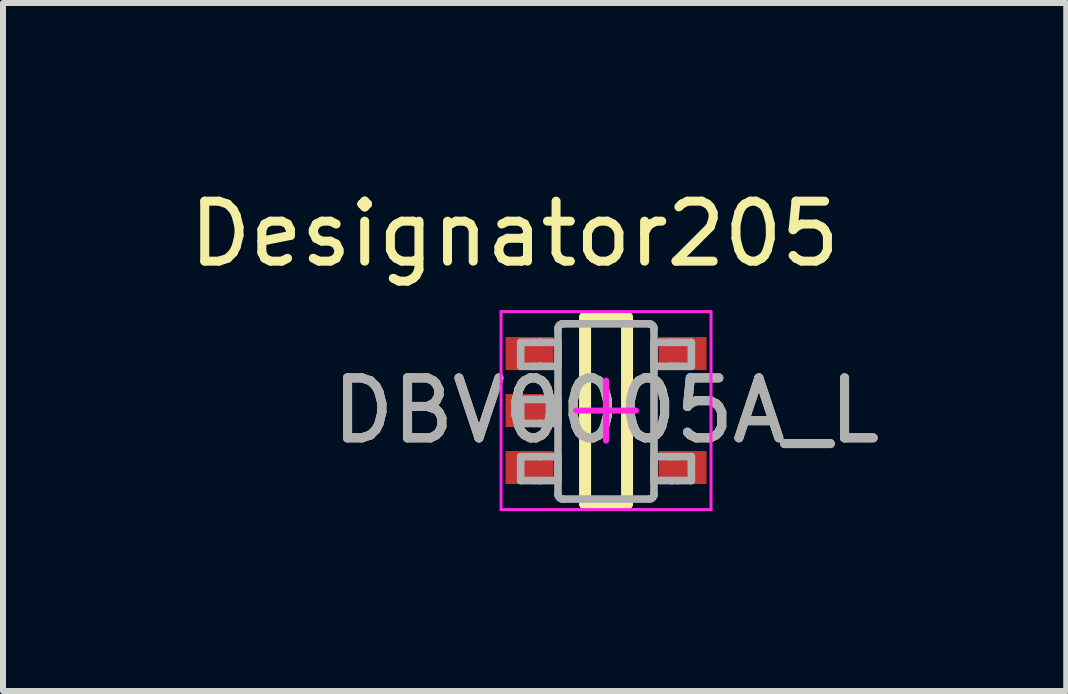
<source format=kicad_pcb>
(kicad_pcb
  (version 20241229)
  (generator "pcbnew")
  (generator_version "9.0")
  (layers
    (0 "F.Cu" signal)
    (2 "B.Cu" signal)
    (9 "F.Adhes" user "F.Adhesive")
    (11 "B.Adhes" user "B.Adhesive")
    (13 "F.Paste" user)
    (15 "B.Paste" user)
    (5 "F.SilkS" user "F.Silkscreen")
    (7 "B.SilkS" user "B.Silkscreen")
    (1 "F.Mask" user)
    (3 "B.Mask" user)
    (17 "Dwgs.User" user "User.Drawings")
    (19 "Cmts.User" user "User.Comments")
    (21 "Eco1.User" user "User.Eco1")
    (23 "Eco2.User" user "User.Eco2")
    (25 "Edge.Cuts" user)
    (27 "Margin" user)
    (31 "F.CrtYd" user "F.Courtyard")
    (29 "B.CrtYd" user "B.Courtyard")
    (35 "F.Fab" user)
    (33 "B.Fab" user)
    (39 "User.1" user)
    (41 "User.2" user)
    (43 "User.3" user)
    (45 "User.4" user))
  (footprint "DBV0005A_L"
    (layer "F.Cu")
    (at 7.054 3.795)
    (property "Reference" "DBV0005A_L" (at 0 0 0) (unlocked yes) (layer "F.SilkS") (effects (font (size 1 1) (thickness 0.15))))
    (attr smd)
    (fp_line (start -0.35 -1.55) (end 0.35 -1.55) (stroke (width 0.2) (type solid)) (layer "F.SilkS"))
    (fp_line (start -0.35 1.55) (end -0.35 -1.55) (stroke (width 0.2) (type solid)) (layer "F.SilkS"))
    (fp_line (start -0.35 1.55) (end 0.35 1.55) (stroke (width 0.2) (type solid)) (layer "F.SilkS"))
    (fp_line (start 0.35 1.55) (end 0.35 -1.55) (stroke (width 0.2) (type solid)) (layer "F.SilkS"))
    (fp_line (start -1.75 -1.65) (end 1.75 -1.65) (stroke (width 0.05) (type solid)) (layer "F.CrtYd"))
    (fp_line (start -1.75 1.65) (end -1.75 -1.65) (stroke (width 0.05) (type solid)) (layer "F.CrtYd"))
    (fp_line (start -1.75 1.65) (end 1.75 1.65) (stroke (width 0.05) (type solid)) (layer "F.CrtYd"))
    (fp_line (start -0.5 0) (end 0.5 0) (stroke (width 0.1) (type solid)) (layer "F.CrtYd"))
    (fp_line (start 0 0.5) (end 0 -0.5) (stroke (width 0.1) (type solid)) (layer "F.CrtYd"))
    (fp_line (start 1.75 1.65) (end 1.75 -1.65) (stroke (width 0.05) (type solid)) (layer "F.CrtYd"))
    (fp_line (start -1.423 -1.138) (end -1.199 -1.138) (stroke (width 0.127) (type solid)) (layer "F.Fab"))
    (fp_line (start -1.423 -0.738) (end -1.423 -1.138) (stroke (width 0.127) (type solid)) (layer "F.Fab"))
    (fp_line (start -1.423 -0.738) (end -1.199 -0.738) (stroke (width 0.127) (type solid)) (layer "F.Fab"))
    (fp_line (start -1.423 -0.186) (end -1.199 -0.186) (stroke (width 0.127) (type solid)) (layer "F.Fab"))
    (fp_line (start -1.423 0.215) (end -1.423 -0.186) (stroke (width 0.127) (type solid)) (layer "F.Fab"))
    (fp_line (start -1.423 0.215) (end -1.199 0.215) (stroke (width 0.127) (type solid)) (layer "F.Fab"))
    (fp_line (start -1.423 0.767) (end -1.199 0.767) (stroke (width 0.127) (type solid)) (layer "F.Fab"))
    (fp_line (start -1.423 1.167) (end -1.423 0.767) (stroke (width 0.127) (type solid)) (layer "F.Fab"))
    (fp_line (start -1.423 1.167) (end -1.199 1.167) (stroke (width 0.127) (type solid)) (layer "F.Fab"))
    (fp_line (start -1.199 -1.138) (end -1.105 -1.138) (stroke (width 0.127) (type solid)) (layer "F.Fab"))
    (fp_line (start -1.199 -0.738) (end -1.105 -0.738) (stroke (width 0.127) (type solid)) (layer "F.Fab"))
    (fp_line (start -1.199 -0.186) (end -1.105 -0.186) (stroke (width 0.127) (type solid)) (layer "F.Fab"))
    (fp_line (start -1.199 0.215) (end -1.105 0.215) (stroke (width 0.127) (type solid)) (layer "F.Fab"))
    (fp_line (start -1.199 0.767) (end -1.105 0.767) (stroke (width 0.127) (type solid)) (layer "F.Fab"))
    (fp_line (start -1.199 1.167) (end -1.105 1.167) (stroke (width 0.127) (type solid)) (layer "F.Fab"))
    (fp_line (start -1.105 -1.138) (end -1.088 -1.138) (stroke (width 0.127) (type solid)) (layer "F.Fab"))
    (fp_line (start -1.105 -0.738) (end -1.088 -0.738) (stroke (width 0.127) (type solid)) (layer "F.Fab"))
    (fp_line (start -1.105 -0.186) (end -1.088 -0.186) (stroke (width 0.127) (type solid)) (layer "F.Fab"))
    (fp_line (start -1.105 0.215) (end -1.088 0.215) (stroke (width 0.127) (type solid)) (layer "F.Fab"))
    (fp_line (start -1.105 0.767) (end -1.088 0.767) (stroke (width 0.127) (type solid)) (layer "F.Fab"))
    (fp_line (start -1.105 1.167) (end -1.088 1.167) (stroke (width 0.127) (type solid)) (layer "F.Fab"))
    (fp_line (start -1.088 -1.138) (end -0.835 -1.138) (stroke (width 0.127) (type solid)) (layer "F.Fab"))
    (fp_line (start -1.088 -0.738) (end -0.835 -0.738) (stroke (width 0.127) (type solid)) (layer "F.Fab"))
    (fp_line (start -1.088 -0.186) (end -0.835 -0.186) (stroke (width 0.127) (type solid)) (layer "F.Fab"))
    (fp_line (start -1.088 0.215) (end -0.835 0.215) (stroke (width 0.127) (type solid)) (layer "F.Fab"))
    (fp_line (start -1.088 0.767) (end -0.835 0.767) (stroke (width 0.127) (type solid)) (layer "F.Fab"))
    (fp_line (start -1.088 1.167) (end -0.835 1.167) (stroke (width 0.127) (type solid)) (layer "F.Fab"))
    (fp_line (start -0.835 -1.138) (end -0.801 -1.138) (stroke (width 0.127) (type solid)) (layer "F.Fab"))
    (fp_line (start -0.835 -0.738) (end -0.801 -0.738) (stroke (width 0.127) (type solid)) (layer "F.Fab"))
    (fp_line (start -0.835 -0.186) (end -0.801 -0.186) (stroke (width 0.127) (type solid)) (layer "F.Fab"))
    (fp_line (start -0.835 0.215) (end -0.801 0.215) (stroke (width 0.127) (type solid)) (layer "F.Fab"))
    (fp_line (start -0.835 0.767) (end -0.801 0.767) (stroke (width 0.127) (type solid)) (layer "F.Fab"))
    (fp_line (start -0.835 1.167) (end -0.801 1.167) (stroke (width 0.127) (type solid)) (layer "F.Fab"))
    (fp_line (start -0.801 -1.37) (end -0.801 -1.371) (stroke (width 0.127) (type solid)) (layer "F.Fab"))
    (fp_line (start -0.801 -0.738) (end -0.801 -1.138) (stroke (width 0.127) (type solid)) (layer "F.Fab"))
    (fp_line (start -0.801 0.215) (end -0.801 -0.186) (stroke (width 0.127) (type solid)) (layer "F.Fab"))
    (fp_line (start -0.801 1.167) (end -0.801 0.767) (stroke (width 0.127) (type solid)) (layer "F.Fab"))
    (fp_line (start -0.801 1.399) (end -0.801 -1.37) (stroke (width 0.127) (type solid)) (layer "F.Fab"))
    (fp_line (start -0.801 1.4) (end -0.801 1.399) (stroke (width 0.127) (type solid)) (layer "F.Fab"))
    (fp_line (start -0.725 -1.446) (end -0.725 -1.446) (stroke (width 0.127) (type solid)) (layer "F.Fab"))
    (fp_line (start -0.725 1.475) (end -0.725 1.475) (stroke (width 0.127) (type solid)) (layer "F.Fab"))
    (fp_line (start -0.725 -1.446) (end 0.723 -1.446) (stroke (width 0.127) (type solid)) (layer "F.Fab"))
    (fp_line (start -0.725 1.475) (end 0.723 1.475) (stroke (width 0.127) (type solid)) (layer "F.Fab"))
    (fp_line (start 0.723 -1.446) (end 0.724 -1.446) (stroke (width 0.127) (type solid)) (layer "F.Fab"))
    (fp_line (start 0.723 1.475) (end 0.724 1.475) (stroke (width 0.127) (type solid)) (layer "F.Fab"))
    (fp_line (start 0.799 -1.37) (end 0.799 -1.371) (stroke (width 0.127) (type solid)) (layer "F.Fab"))
    (fp_line (start 0.799 -1.138) (end 0.834 -1.138) (stroke (width 0.127) (type solid)) (layer "F.Fab"))
    (fp_line (start 0.799 -0.738) (end 0.799 -1.138) (stroke (width 0.127) (type solid)) (layer "F.Fab"))
    (fp_line (start 0.799 -0.738) (end 0.834 -0.738) (stroke (width 0.127) (type solid)) (layer "F.Fab"))
    (fp_line (start 0.799 0.767) (end 0.834 0.767) (stroke (width 0.127) (type solid)) (layer "F.Fab"))
    (fp_line (start 0.799 1.167) (end 0.799 0.767) (stroke (width 0.127) (type solid)) (layer "F.Fab"))
    (fp_line (start 0.799 1.167) (end 0.834 1.167) (stroke (width 0.127) (type solid)) (layer "F.Fab"))
    (fp_line (start 0.799 1.399) (end 0.799 -1.37) (stroke (width 0.127) (type solid)) (layer "F.Fab"))
    (fp_line (start 0.799 1.4) (end 0.799 1.399) (stroke (width 0.127) (type solid)) (layer "F.Fab"))
    (fp_line (start 0.834 -1.138) (end 1.087 -1.138) (stroke (width 0.127) (type solid)) (layer "F.Fab"))
    (fp_line (start 0.834 -0.738) (end 1.087 -0.738) (stroke (width 0.127) (type solid)) (layer "F.Fab"))
    (fp_line (start 0.834 0.767) (end 1.087 0.767) (stroke (width 0.127) (type solid)) (layer "F.Fab"))
    (fp_line (start 0.834 1.167) (end 1.087 1.167) (stroke (width 0.127) (type solid)) (layer "F.Fab"))
    (fp_line (start 1.087 -1.138) (end 1.103 -1.138) (stroke (width 0.127) (type solid)) (layer "F.Fab"))
    (fp_line (start 1.087 -0.738) (end 1.103 -0.738) (stroke (width 0.127) (type solid)) (layer "F.Fab"))
    (fp_line (start 1.087 0.767) (end 1.103 0.767) (stroke (width 0.127) (type solid)) (layer "F.Fab"))
    (fp_line (start 1.087 1.167) (end 1.103 1.167) (stroke (width 0.127) (type solid)) (layer "F.Fab"))
    (fp_line (start 1.103 -1.138) (end 1.198 -1.138) (stroke (width 0.127) (type solid)) (layer "F.Fab"))
    (fp_line (start 1.103 -0.738) (end 1.198 -0.738) (stroke (width 0.127) (type solid)) (layer "F.Fab"))
    (fp_line (start 1.103 0.767) (end 1.198 0.767) (stroke (width 0.127) (type solid)) (layer "F.Fab"))
    (fp_line (start 1.103 1.167) (end 1.198 1.167) (stroke (width 0.127) (type solid)) (layer "F.Fab"))
    (fp_line (start 1.198 -1.138) (end 1.422 -1.138) (stroke (width 0.127) (type solid)) (layer "F.Fab"))
    (fp_line (start 1.198 -0.738) (end 1.422 -0.738) (stroke (width 0.127) (type solid)) (layer "F.Fab"))
    (fp_line (start 1.198 0.767) (end 1.422 0.767) (stroke (width 0.127) (type solid)) (layer "F.Fab"))
    (fp_line (start 1.198 1.167) (end 1.422 1.167) (stroke (width 0.127) (type solid)) (layer "F.Fab"))
    (fp_line (start 1.422 -0.738) (end 1.422 -1.138) (stroke (width 0.127) (type solid)) (layer "F.Fab"))
    (fp_line (start 1.422 1.167) (end 1.422 0.767) (stroke (width 0.127) (type solid)) (layer "F.Fab"))
    (fp_arc (start -0.80074 -1.37084) (mid -0.778218 -1.423887) (end -0.724999 -1.445998) (stroke (width 0.127) (type solid)) (layer "F.Fab"))
    (fp_arc (start -0.724999 1.475) (mid -0.778213 1.452901) (end -0.80074 1.399867) (stroke (width 0.127) (type solid)) (layer "F.Fab"))
    (fp_arc (start 0.723714 -1.445998) (mid 0.776933 -1.423887) (end 0.799455 -1.37084) (stroke (width 0.127) (type solid)) (layer "F.Fab"))
    (fp_arc (start 0.799455 1.399868) (mid 0.776927 1.452901) (end 0.723713 1.475) (stroke (width 0.127) (type solid)) (layer "F.Fab"))
    (fp_text user "Designator205" (at -1.524 -2.946 0) (unlocked yes) (layer "F.SilkS") (effects (font (size 1 1) (thickness 0.15))))
    (fp_text user "${REFERENCE}" (at 0 0 0) (unlocked yes) (layer "F.Fab") (effects (font (size 1 1) (thickness 0.15))))
    (pad "1" smd rect (at -1.275 -0.95 90) (size 0.55 0.8) (layers "F.Cu" "F.Mask" "F.Paste"))
    (pad "2" smd rect (at -1.275 0 90) (size 0.55 0.8) (layers "F.Cu" "F.Mask" "F.Paste"))
    (pad "3" smd rect (at -1.275 0.95 90) (size 0.55 0.8) (layers "F.Cu" "F.Mask" "F.Paste"))
    (pad "4" smd rect (at 1.275 0.95 90) (size 0.55 0.8) (layers "F.Cu" "F.Mask" "F.Paste"))
    (pad "5" smd rect (at 1.275 -0.95 90) (size 0.55 0.8) (layers "F.Cu" "F.Mask" "F.Paste")))
  (gr_rect
    (start -3 -3)
    (end 14.726 8.47)
    (stroke (width 0.1) (type default))
    (fill no)
    (layer "Edge.Cuts")))
</source>
